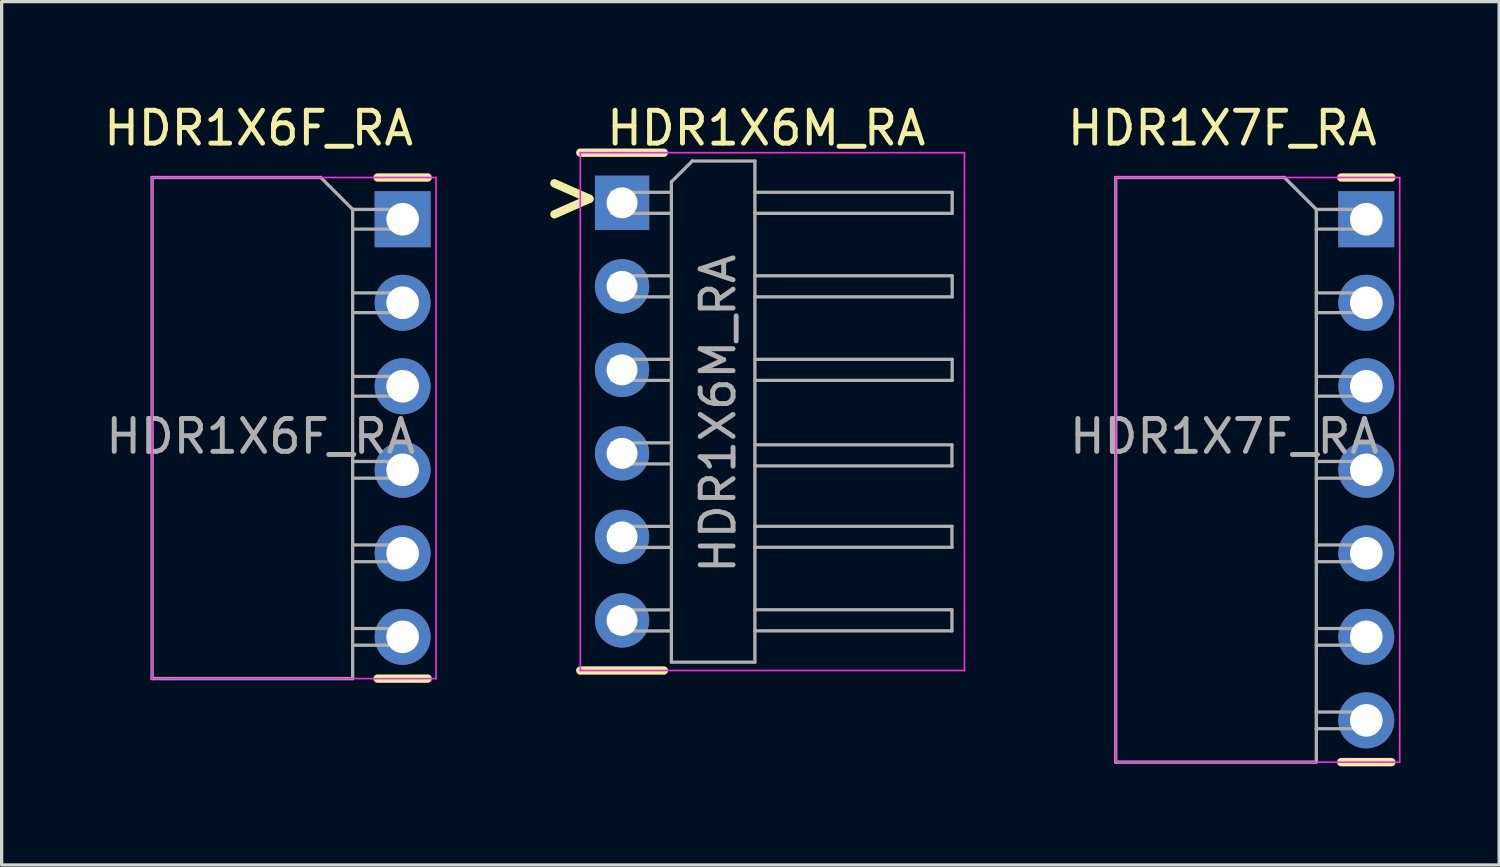
<source format=kicad_pcb>
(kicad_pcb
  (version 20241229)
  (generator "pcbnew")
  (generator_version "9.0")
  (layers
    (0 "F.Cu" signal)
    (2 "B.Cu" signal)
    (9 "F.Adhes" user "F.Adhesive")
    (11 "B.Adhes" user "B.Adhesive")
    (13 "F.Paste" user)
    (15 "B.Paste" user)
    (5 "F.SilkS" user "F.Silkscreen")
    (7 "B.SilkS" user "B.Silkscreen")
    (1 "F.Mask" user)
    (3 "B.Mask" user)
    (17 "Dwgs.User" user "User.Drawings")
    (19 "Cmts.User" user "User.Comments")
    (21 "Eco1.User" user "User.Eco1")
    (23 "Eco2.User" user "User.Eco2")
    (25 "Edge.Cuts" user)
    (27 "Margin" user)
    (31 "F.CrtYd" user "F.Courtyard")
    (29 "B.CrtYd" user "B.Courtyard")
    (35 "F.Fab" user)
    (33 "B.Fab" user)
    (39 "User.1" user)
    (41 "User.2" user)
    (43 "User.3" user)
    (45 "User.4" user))
  (footprint "HDR1X7F_RA"
    (layer "F.Cu")
    (at 38.502 3.618)
    (property "Reference" "HDR1X7F_RA" (at -4.38 -2.77 0) (layer "F.SilkS") (effects (font (size 1 1) (thickness 0.15))))
    (attr through_hole)
    (fp_line (start -0.762 -1.27) (end 0.762 -1.27) (stroke (width 0.254) (type solid)) (layer "F.SilkS"))
    (fp_line (start -0.762 16.51) (end 0.762 16.51) (stroke (width 0.254) (type solid)) (layer "F.SilkS"))
    (fp_line (start -7.62 -1.27) (end -7.62 16.51) (stroke (width 0.05) (type solid)) (layer "F.CrtYd"))
    (fp_line (start -7.62 16.51) (end 1.016 16.51) (stroke (width 0.05) (type solid)) (layer "F.CrtYd"))
    (fp_line (start 1.016 -1.27) (end -7.62 -1.27) (stroke (width 0.05) (type solid)) (layer "F.CrtYd"))
    (fp_line (start 1.016 16.51) (end 1.016 -1.27) (stroke (width 0.05) (type solid)) (layer "F.CrtYd"))
    (fp_line (start -7.62 -1.27) (end -2.49 -1.27) (stroke (width 0.1) (type solid)) (layer "F.Fab"))
    (fp_line (start -7.62 16.51) (end -7.62 -1.27) (stroke (width 0.1) (type solid)) (layer "F.Fab"))
    (fp_line (start -2.49 -1.27) (end -1.52 -0.3) (stroke (width 0.1) (type solid)) (layer "F.Fab"))
    (fp_line (start -1.52 -0.3) (end -1.52 16.51) (stroke (width 0.1) (type solid)) (layer "F.Fab"))
    (fp_line (start -1.52 0.3) (end 0 0.3) (stroke (width 0.1) (type solid)) (layer "F.Fab"))
    (fp_line (start -1.52 2.84) (end 0 2.84) (stroke (width 0.1) (type solid)) (layer "F.Fab"))
    (fp_line (start -1.52 5.38) (end 0 5.38) (stroke (width 0.1) (type solid)) (layer "F.Fab"))
    (fp_line (start -1.52 16.51) (end -7.62 16.51) (stroke (width 0.1) (type solid)) (layer "F.Fab"))
    (fp_line (start -0.004 7.874) (end -1.524 7.874) (stroke (width 0.1) (type solid)) (layer "F.Fab"))
    (fp_line (start -0.004 10.414) (end -1.524 10.414) (stroke (width 0.1) (type solid)) (layer "F.Fab"))
    (fp_line (start -0.004 12.954) (end -1.524 12.954) (stroke (width 0.1) (type solid)) (layer "F.Fab"))
    (fp_line (start -0.004 15.494) (end -1.524 15.494) (stroke (width 0.1) (type solid)) (layer "F.Fab"))
    (fp_line (start 0 -0.3) (end -1.52 -0.3) (stroke (width 0.1) (type solid)) (layer "F.Fab"))
    (fp_line (start 0 0.3) (end 0 -0.3) (stroke (width 0.1) (type solid)) (layer "F.Fab"))
    (fp_line (start 0 2.24) (end -1.52 2.24) (stroke (width 0.1) (type solid)) (layer "F.Fab"))
    (fp_line (start 0 2.84) (end 0 2.24) (stroke (width 0.1) (type solid)) (layer "F.Fab"))
    (fp_line (start 0 4.78) (end -1.52 4.78) (stroke (width 0.1) (type solid)) (layer "F.Fab"))
    (fp_line (start 0 5.38) (end 0 4.78) (stroke (width 0.1) (type solid)) (layer "F.Fab"))
    (fp_line (start 0 7.366) (end -1.52 7.366) (stroke (width 0.1) (type solid)) (layer "F.Fab"))
    (fp_line (start 0 9.906) (end -1.52 9.906) (stroke (width 0.1) (type solid)) (layer "F.Fab"))
    (fp_line (start 0 12.446) (end -1.52 12.446) (stroke (width 0.1) (type solid)) (layer "F.Fab"))
    (fp_line (start 0 14.986) (end -1.52 14.986) (stroke (width 0.1) (type solid)) (layer "F.Fab"))
    (fp_text user "${REFERENCE}" (at -4.318 6.604 0) (layer "F.Fab") (effects (font (size 1 1) (thickness 0.15))))
    (pad "1" thru_hole rect (at 0 0) (size 1.702 1.702) (drill 0.991) (layers "*.Cu" "*.Mask"))
    (pad "2" thru_hole circle (at 0 2.54) (size 1.702 1.702) (drill 0.991) (layers "*.Cu" "*.Mask"))
    (pad "3" thru_hole circle (at 0 5.08) (size 1.702 1.702) (drill 0.991) (layers "*.Cu" "*.Mask"))
    (pad "4" thru_hole circle (at 0 7.62) (size 1.702 1.702) (drill 0.991) (layers "*.Cu" "*.Mask"))
    (pad "5" thru_hole circle (at 0 10.16) (size 1.702 1.702) (drill 0.991) (layers "*.Cu" "*.Mask"))
    (pad "6" thru_hole circle (at 0 12.7) (size 1.702 1.702) (drill 0.991) (layers "*.Cu" "*.Mask"))
    (pad "7" thru_hole circle (at 0 15.24) (size 1.702 1.702) (drill 0.991) (layers "*.Cu" "*.Mask")))
  (footprint "HDR1X6F_RA"
    (layer "F.Cu")
    (at 9.195 3.618)
    (property "Reference" "HDR1X6F_RA" (at -4.38 -2.77 0) (layer "F.SilkS") (effects (font (size 1 1) (thickness 0.15))))
    (attr through_hole)
    (fp_line (start -0.762 -1.27) (end 0.762 -1.27) (stroke (width 0.254) (type solid)) (layer "F.SilkS"))
    (fp_line (start -0.762 13.97) (end 0.762 13.97) (stroke (width 0.254) (type solid)) (layer "F.SilkS"))
    (fp_line (start -7.62 -1.27) (end -7.62 13.97) (stroke (width 0.05) (type solid)) (layer "F.CrtYd"))
    (fp_line (start -7.62 13.97) (end 1.016 13.97) (stroke (width 0.05) (type solid)) (layer "F.CrtYd"))
    (fp_line (start 1.016 -1.27) (end -7.62 -1.27) (stroke (width 0.05) (type solid)) (layer "F.CrtYd"))
    (fp_line (start 1.016 13.97) (end 1.016 -1.27) (stroke (width 0.05) (type solid)) (layer "F.CrtYd"))
    (fp_line (start -7.62 -1.27) (end -2.49 -1.27) (stroke (width 0.1) (type solid)) (layer "F.Fab"))
    (fp_line (start -7.62 13.97) (end -7.62 -1.27) (stroke (width 0.1) (type solid)) (layer "F.Fab"))
    (fp_line (start -2.49 -1.27) (end -1.52 -0.3) (stroke (width 0.1) (type solid)) (layer "F.Fab"))
    (fp_line (start -1.52 -0.3) (end -1.52 13.97) (stroke (width 0.1) (type solid)) (layer "F.Fab"))
    (fp_line (start -1.52 0.3) (end 0 0.3) (stroke (width 0.1) (type solid)) (layer "F.Fab"))
    (fp_line (start -1.52 2.84) (end 0 2.84) (stroke (width 0.1) (type solid)) (layer "F.Fab"))
    (fp_line (start -1.52 5.38) (end 0 5.38) (stroke (width 0.1) (type solid)) (layer "F.Fab"))
    (fp_line (start -1.52 13.97) (end -7.62 13.97) (stroke (width 0.1) (type solid)) (layer "F.Fab"))
    (fp_line (start -0.004 7.874) (end -1.524 7.874) (stroke (width 0.1) (type solid)) (layer "F.Fab"))
    (fp_line (start -0.004 10.414) (end -1.524 10.414) (stroke (width 0.1) (type solid)) (layer "F.Fab"))
    (fp_line (start -0.004 12.954) (end -1.524 12.954) (stroke (width 0.1) (type solid)) (layer "F.Fab"))
    (fp_line (start 0 -0.3) (end -1.52 -0.3) (stroke (width 0.1) (type solid)) (layer "F.Fab"))
    (fp_line (start 0 0.3) (end 0 -0.3) (stroke (width 0.1) (type solid)) (layer "F.Fab"))
    (fp_line (start 0 2.24) (end -1.52 2.24) (stroke (width 0.1) (type solid)) (layer "F.Fab"))
    (fp_line (start 0 2.84) (end 0 2.24) (stroke (width 0.1) (type solid)) (layer "F.Fab"))
    (fp_line (start 0 4.78) (end -1.52 4.78) (stroke (width 0.1) (type solid)) (layer "F.Fab"))
    (fp_line (start 0 5.38) (end 0 4.78) (stroke (width 0.1) (type solid)) (layer "F.Fab"))
    (fp_line (start 0 7.366) (end -1.52 7.366) (stroke (width 0.1) (type solid)) (layer "F.Fab"))
    (fp_line (start 0 9.906) (end -1.52 9.906) (stroke (width 0.1) (type solid)) (layer "F.Fab"))
    (fp_line (start 0 12.446) (end -1.52 12.446) (stroke (width 0.1) (type solid)) (layer "F.Fab"))
    (fp_text user "${REFERENCE}" (at -4.318 6.604 0) (layer "F.Fab") (effects (font (size 1 1) (thickness 0.15))))
    (pad "1" thru_hole rect (at 0 0) (size 1.702 1.702) (drill 0.991) (layers "*.Cu" "*.Mask"))
    (pad "2" thru_hole circle (at 0 2.54) (size 1.702 1.702) (drill 0.991) (layers "*.Cu" "*.Mask"))
    (pad "3" thru_hole circle (at 0 5.08) (size 1.702 1.702) (drill 0.991) (layers "*.Cu" "*.Mask"))
    (pad "4" thru_hole circle (at 0 7.62) (size 1.702 1.702) (drill 0.991) (layers "*.Cu" "*.Mask"))
    (pad "5" thru_hole circle (at 0 10.16) (size 1.702 1.702) (drill 0.991) (layers "*.Cu" "*.Mask"))
    (pad "6" thru_hole circle (at 0 12.7) (size 1.702 1.702) (drill 0.991) (layers "*.Cu" "*.Mask")))
  (footprint "HDR1X6M_RA"
    (layer "F.Cu")
    (at 15.868 3.118)
    (property "Reference" "HDR1X6M_RA" (at 4.385 -2.27 0) (unlocked yes) (layer "F.SilkS") (effects (font (size 1 1) (thickness 0.15))))
    (attr through_hole)
    (fp_line (start -1.27 -1.524) (end 1.27 -1.524) (stroke (width 0.254) (type solid)) (layer "F.SilkS"))
    (fp_line (start 1.27 14.224) (end -1.27 14.224) (stroke (width 0.254) (type solid)) (layer "F.SilkS"))
    (fp_line (start -1.27 -1.524) (end -1.27 14.224) (stroke (width 0.05) (type solid)) (layer "F.CrtYd"))
    (fp_line (start -1.27 14.224) (end 10.414 14.224) (stroke (width 0.05) (type solid)) (layer "F.CrtYd"))
    (fp_line (start 10.414 -1.524) (end -1.27 -1.524) (stroke (width 0.05) (type solid)) (layer "F.CrtYd"))
    (fp_line (start 10.414 14.224) (end 10.414 -1.524) (stroke (width 0.05) (type solid)) (layer "F.CrtYd"))
    (fp_line (start -0.32 -0.32) (end -0.32 0.32) (stroke (width 0.1) (type solid)) (layer "F.Fab"))
    (fp_line (start -0.32 -0.32) (end 1.5 -0.32) (stroke (width 0.1) (type solid)) (layer "F.Fab"))
    (fp_line (start -0.32 0.32) (end 1.5 0.32) (stroke (width 0.1) (type solid)) (layer "F.Fab"))
    (fp_line (start -0.32 2.22) (end -0.32 2.86) (stroke (width 0.1) (type solid)) (layer "F.Fab"))
    (fp_line (start -0.32 2.22) (end 1.5 2.22) (stroke (width 0.1) (type solid)) (layer "F.Fab"))
    (fp_line (start -0.32 2.86) (end 1.5 2.86) (stroke (width 0.1) (type solid)) (layer "F.Fab"))
    (fp_line (start -0.32 4.76) (end -0.32 5.4) (stroke (width 0.1) (type solid)) (layer "F.Fab"))
    (fp_line (start -0.32 4.76) (end 1.5 4.76) (stroke (width 0.1) (type solid)) (layer "F.Fab"))
    (fp_line (start -0.32 5.4) (end 1.5 5.4) (stroke (width 0.1) (type solid)) (layer "F.Fab"))
    (fp_line (start -0.32 7.3) (end 1.5 7.3) (stroke (width 0.1) (type solid)) (layer "F.Fab"))
    (fp_line (start -0.32 7.94) (end 1.5 7.94) (stroke (width 0.1) (type solid)) (layer "F.Fab"))
    (fp_line (start -0.32 9.84) (end 1.5 9.84) (stroke (width 0.1) (type solid)) (layer "F.Fab"))
    (fp_line (start -0.32 10.48) (end 1.5 10.48) (stroke (width 0.1) (type solid)) (layer "F.Fab"))
    (fp_line (start -0.32 12.38) (end 1.5 12.38) (stroke (width 0.1) (type solid)) (layer "F.Fab"))
    (fp_line (start -0.32 13.02) (end 1.5 13.02) (stroke (width 0.1) (type solid)) (layer "F.Fab"))
    (fp_line (start 1.5 -0.635) (end 2.135 -1.27) (stroke (width 0.1) (type solid)) (layer "F.Fab"))
    (fp_line (start 1.5 13.97) (end 1.5 -0.635) (stroke (width 0.1) (type solid)) (layer "F.Fab"))
    (fp_line (start 2.135 -1.27) (end 4.04 -1.27) (stroke (width 0.1) (type solid)) (layer "F.Fab"))
    (fp_line (start 4.033 7.361) (end 10.033 7.361) (stroke (width 0.1) (type solid)) (layer "F.Fab"))
    (fp_line (start 4.033 8.001) (end 10.033 8.001) (stroke (width 0.1) (type solid)) (layer "F.Fab"))
    (fp_line (start 4.033 9.838) (end 10.033 9.838) (stroke (width 0.1) (type solid)) (layer "F.Fab"))
    (fp_line (start 4.033 10.477) (end 10.033 10.477) (stroke (width 0.1) (type solid)) (layer "F.Fab"))
    (fp_line (start 4.033 12.377) (end 10.033 12.377) (stroke (width 0.1) (type solid)) (layer "F.Fab"))
    (fp_line (start 4.033 13.018) (end 10.033 13.018) (stroke (width 0.1) (type solid)) (layer "F.Fab"))
    (fp_line (start 4.04 -1.27) (end 4.04 13.97) (stroke (width 0.1) (type solid)) (layer "F.Fab"))
    (fp_line (start 4.04 -0.32) (end 10.04 -0.32) (stroke (width 0.1) (type solid)) (layer "F.Fab"))
    (fp_line (start 4.04 0.32) (end 10.04 0.32) (stroke (width 0.1) (type solid)) (layer "F.Fab"))
    (fp_line (start 4.04 2.22) (end 10.04 2.22) (stroke (width 0.1) (type solid)) (layer "F.Fab"))
    (fp_line (start 4.04 2.86) (end 10.04 2.86) (stroke (width 0.1) (type solid)) (layer "F.Fab"))
    (fp_line (start 4.04 4.76) (end 10.04 4.76) (stroke (width 0.1) (type solid)) (layer "F.Fab"))
    (fp_line (start 4.04 5.4) (end 10.04 5.4) (stroke (width 0.1) (type solid)) (layer "F.Fab"))
    (fp_line (start 4.04 13.97) (end 1.5 13.97) (stroke (width 0.1) (type solid)) (layer "F.Fab"))
    (fp_line (start 10.033 7.361) (end 10.033 8.001) (stroke (width 0.1) (type solid)) (layer "F.Fab"))
    (fp_line (start 10.033 9.838) (end 10.033 10.477) (stroke (width 0.1) (type solid)) (layer "F.Fab"))
    (fp_line (start 10.033 12.377) (end 10.033 13.018) (stroke (width 0.1) (type solid)) (layer "F.Fab"))
    (fp_line (start 10.04 -0.32) (end 10.04 0.32) (stroke (width 0.1) (type solid)) (layer "F.Fab"))
    (fp_line (start 10.04 2.22) (end 10.04 2.86) (stroke (width 0.1) (type solid)) (layer "F.Fab"))
    (fp_line (start 10.04 4.76) (end 10.04 5.4) (stroke (width 0.1) (type solid)) (layer "F.Fab"))
    (fp_text user "<" (at -1.525 0 180) (unlocked yes) (layer "F.SilkS") (effects (font (size 1.651 1.397) (thickness 0.254))))
    (fp_text user "${REFERENCE}" (at 2.921 6.413 90) (layer "F.Fab") (effects (font (size 1 1) (thickness 0.15))))
    (pad "1" thru_hole rect (at 0 0) (size 1.651 1.651) (drill 0.94) (layers "*.Cu" "*.Mask"))
    (pad "2" thru_hole oval (at 0 2.54) (size 1.651 1.651) (drill 0.94) (layers "*.Cu" "*.Mask"))
    (pad "3" thru_hole oval (at 0 5.08) (size 1.651 1.651) (drill 0.94) (layers "*.Cu" "*.Mask"))
    (pad "4" thru_hole oval (at 0 7.62) (size 1.651 1.651) (drill 0.94) (layers "*.Cu" "*.Mask"))
    (pad "5" thru_hole oval (at 0 10.16) (size 1.651 1.651) (drill 0.94) (layers "*.Cu" "*.Mask"))
    (pad "6" thru_hole oval (at 0 12.7) (size 1.651 1.651) (drill 0.94) (layers "*.Cu" "*.Mask")))
  (gr_rect
    (start -3 -3)
    (end 42.543 23.255)
    (stroke (width 0.1) (type default))
    (fill no)
    (layer "Edge.Cuts")))
</source>
